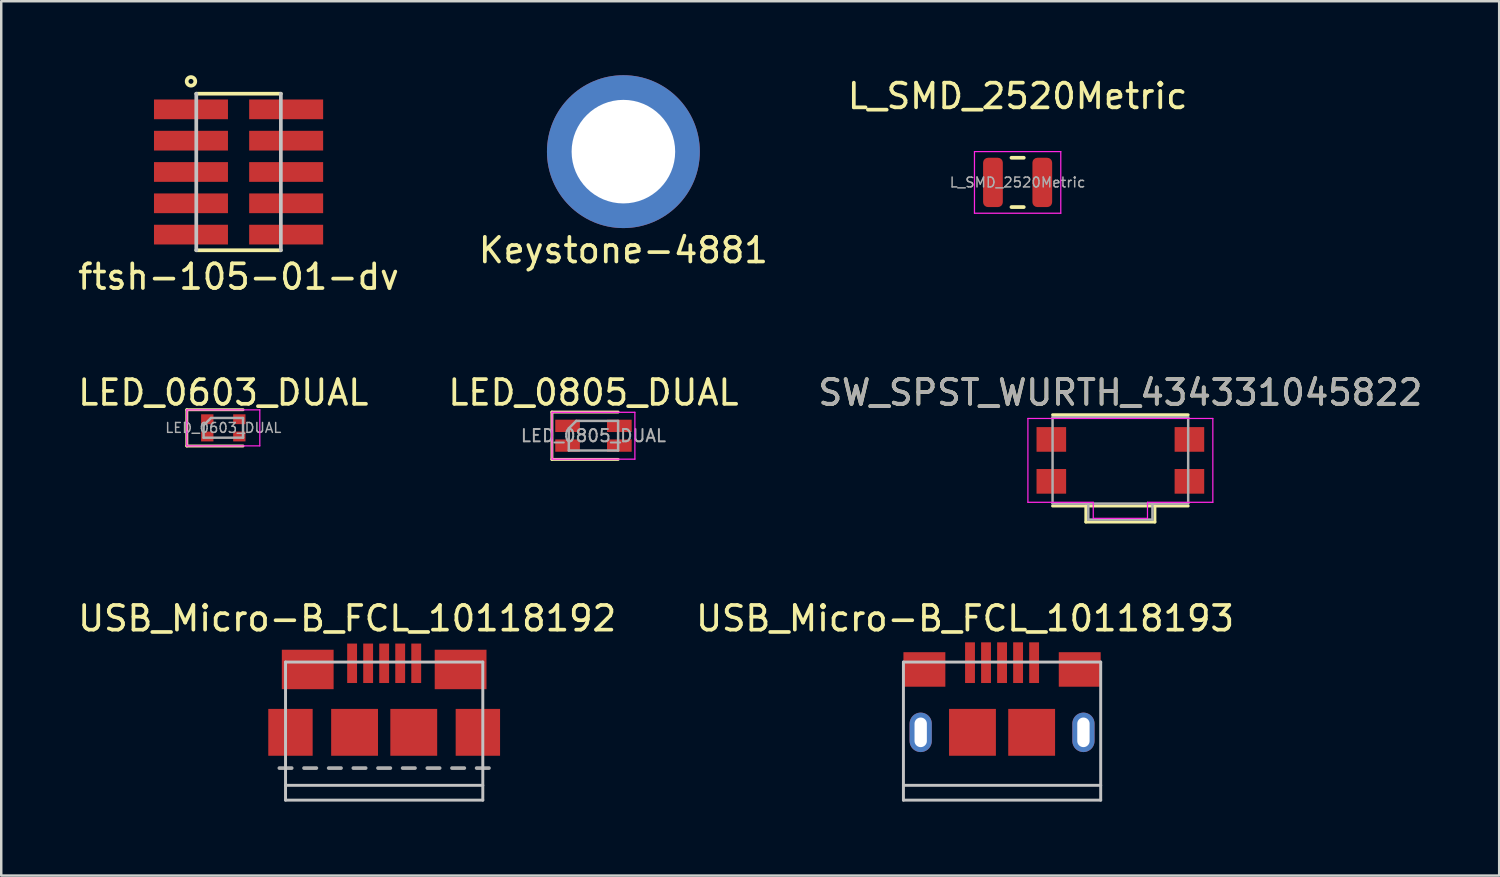
<source format=kicad_pcb>
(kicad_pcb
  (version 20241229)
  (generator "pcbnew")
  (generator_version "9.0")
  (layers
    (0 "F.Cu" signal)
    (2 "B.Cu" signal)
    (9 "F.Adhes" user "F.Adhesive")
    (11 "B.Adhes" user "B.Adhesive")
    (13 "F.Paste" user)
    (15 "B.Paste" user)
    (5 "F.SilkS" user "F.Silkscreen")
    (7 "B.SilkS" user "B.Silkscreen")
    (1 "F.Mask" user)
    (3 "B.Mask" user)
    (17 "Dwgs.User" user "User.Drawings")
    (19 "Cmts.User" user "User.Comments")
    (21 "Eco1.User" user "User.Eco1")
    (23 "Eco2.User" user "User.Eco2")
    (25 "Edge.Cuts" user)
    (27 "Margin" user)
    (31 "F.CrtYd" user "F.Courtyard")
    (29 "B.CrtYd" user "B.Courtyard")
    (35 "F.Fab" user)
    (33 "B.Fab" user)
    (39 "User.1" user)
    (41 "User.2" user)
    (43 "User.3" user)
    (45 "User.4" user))
  (footprint "L_SMD_2520Metric"
    (layer "F.Cu")
    (at 38.22 4.348)
    (property "Reference" "L_SMD_2520Metric" (at 0 -3.5 0) (layer "F.SilkS") (effects (font (size 1 1) (thickness 0.15))))
    (attr smd)
    (fp_line (start -0.25 -1) (end 0.25 -1) (stroke (width 0.15) (type solid)) (layer "F.SilkS"))
    (fp_line (start -0.25 1) (end 0.25 1) (stroke (width 0.15) (type solid)) (layer "F.SilkS"))
    (fp_line (start -1.75 1.25) (end -1.75 -1.25) (stroke (width 0.05) (type solid)) (layer "F.CrtYd"))
    (fp_line (start 1.75 -1.25) (end -1.75 -1.25) (stroke (width 0.05) (type solid)) (layer "F.CrtYd"))
    (fp_line (start 1.75 1.25) (end -1.75 1.25) (stroke (width 0.05) (type solid)) (layer "F.CrtYd"))
    (fp_line (start 1.75 1.25) (end 1.75 -1.25) (stroke (width 0.05) (type solid)) (layer "F.CrtYd"))
    (fp_text user "${REFERENCE}" (at 0 0 0) (layer "F.Fab") (effects (font (size 0.4 0.4) (thickness 0.06))))
    (pad "1" smd roundrect (at -1 0) (size 0.8 2) (layers "F.Cu" "F.Mask" "F.Paste") (roundrect_rratio 0.25))
    (pad "2" smd roundrect (at 1 0) (size 0.8 2) (layers "F.Cu" "F.Mask" "F.Paste") (roundrect_rratio 0.25)))
  (footprint "LED_0805_DUAL"
    (layer "F.Cu")
    (at 21.018 14.621)
    (property "Reference" "LED_0805_DUAL" (at 0 -1.75 0) (layer "F.SilkS") (effects (font (size 1 1) (thickness 0.15))))
    (attr through_hole)
    (fp_line (start -1.685 -0.96) (end -1.685 0.96) (stroke (width 0.12) (type solid)) (layer "F.SilkS"))
    (fp_line (start -1.685 0.96) (end 1 0.96) (stroke (width 0.12) (type solid)) (layer "F.SilkS"))
    (fp_line (start 1 -0.96) (end -1.685 -0.96) (stroke (width 0.12) (type solid)) (layer "F.SilkS"))
    (fp_line (start -1.68 -0.95) (end 1.68 -0.95) (stroke (width 0.05) (type solid)) (layer "F.CrtYd"))
    (fp_line (start -1.68 0.95) (end -1.68 -0.95) (stroke (width 0.05) (type solid)) (layer "F.CrtYd"))
    (fp_line (start 1.68 -0.95) (end 1.68 0.95) (stroke (width 0.05) (type solid)) (layer "F.CrtYd"))
    (fp_line (start 1.68 0.95) (end -1.68 0.95) (stroke (width 0.05) (type solid)) (layer "F.CrtYd"))
    (fp_line (start -1 -0.3) (end -1 0.6) (stroke (width 0.1) (type solid)) (layer "F.Fab"))
    (fp_line (start -1 0.6) (end 1 0.6) (stroke (width 0.1) (type solid)) (layer "F.Fab"))
    (fp_line (start -0.7 -0.6) (end -1 -0.3) (stroke (width 0.1) (type solid)) (layer "F.Fab"))
    (fp_line (start 1 -0.6) (end -0.7 -0.6) (stroke (width 0.1) (type solid)) (layer "F.Fab"))
    (fp_line (start 1 0.6) (end 1 -0.6) (stroke (width 0.1) (type solid)) (layer "F.Fab"))
    (fp_text user "${REFERENCE}" (at 0 0 0) (layer "F.Fab") (effects (font (size 0.5 0.5) (thickness 0.08))))
    (pad "1" smd rect (at -1.05 -0.4) (size 1 0.5) (layers "F.Cu" "F.Mask" "F.Paste"))
    (pad "2" smd rect (at 1.05 -0.4) (size 1 0.5) (layers "F.Cu" "F.Mask" "F.Paste"))
    (pad "3" smd rect (at -1.05 0.4) (size 1 0.5) (layers "F.Cu" "F.Mask" "F.Paste"))
    (pad "4" smd rect (at 1.05 0.4) (size 1 0.5) (layers "F.Cu" "F.Mask" "F.Paste")))
  (footprint "SW_SPST_WURTH_434331045822"
    (layer "F.Cu")
    (at 42.387 15.621)
    (property "Reference" "SW_SPST_WURTH_434331045822" (at 0 -2.75 0) (layer "F.SilkS") (effects (font (size 1 1) (thickness 0.15))))
    (attr smd)
    (fp_line (start -2.75 -1.85) (end 2.75 -1.85) (stroke (width 0.12) (type solid)) (layer "F.SilkS"))
    (fp_line (start -1.4 2.5) (end -1.4 1.85) (stroke (width 0.12) (type solid)) (layer "F.SilkS"))
    (fp_line (start 1.4 1.85) (end 1.4 2.5) (stroke (width 0.12) (type solid)) (layer "F.SilkS"))
    (fp_line (start 1.4 2.5) (end -1.4 2.5) (stroke (width 0.12) (type solid)) (layer "F.SilkS"))
    (fp_line (start 2.75 1.85) (end -2.75 1.85) (stroke (width 0.12) (type solid)) (layer "F.SilkS"))
    (fp_line (start -3.75 -1.7) (end 3.75 -1.7) (stroke (width 0.05) (type solid)) (layer "F.CrtYd"))
    (fp_line (start -3.75 1.7) (end -3.75 -1.7) (stroke (width 0.05) (type solid)) (layer "F.CrtYd"))
    (fp_line (start -1.1 1.7) (end -3.75 1.7) (stroke (width 0.05) (type solid)) (layer "F.CrtYd"))
    (fp_line (start -1.1 2.35) (end -1.1 1.7) (stroke (width 0.05) (type solid)) (layer "F.CrtYd"))
    (fp_line (start 1.1 1.7) (end 1.1 2.35) (stroke (width 0.05) (type solid)) (layer "F.CrtYd"))
    (fp_line (start 1.1 2.35) (end -1.1 2.35) (stroke (width 0.05) (type solid)) (layer "F.CrtYd"))
    (fp_line (start 3.75 -1.7) (end 3.75 1.7) (stroke (width 0.05) (type solid)) (layer "F.CrtYd"))
    (fp_line (start 3.75 1.7) (end 1.1 1.7) (stroke (width 0.05) (type solid)) (layer "F.CrtYd"))
    (fp_line (start -2.75 -1.75) (end 2.75 -1.75) (stroke (width 0.1) (type solid)) (layer "F.Fab"))
    (fp_line (start -2.75 1.75) (end -2.75 -1.75) (stroke (width 0.1) (type solid)) (layer "F.Fab"))
    (fp_line (start -1.3 2.4) (end -1.3 1.75) (stroke (width 0.1) (type solid)) (layer "F.Fab"))
    (fp_line (start -1.3 2.4) (end 1.3 2.4) (stroke (width 0.1) (type solid)) (layer "F.Fab"))
    (fp_line (start 1.3 2.4) (end 1.3 1.75) (stroke (width 0.1) (type solid)) (layer "F.Fab"))
    (fp_line (start 2.75 -1.75) (end 2.75 1.75) (stroke (width 0.1) (type solid)) (layer "F.Fab"))
    (fp_line (start 2.75 1.75) (end -2.75 1.75) (stroke (width 0.1) (type solid)) (layer "F.Fab"))
    (fp_text user "${REFERENCE}" (at 0 -2.75 0) (layer "F.Fab") (effects (font (size 1 1) (thickness 0.15))))
    (pad "1" smd rect (at -2.8 -0.85) (size 1.2 1) (layers "F.Cu" "F.Mask" "F.Paste"))
    (pad "1" smd rect (at 2.8 -0.85) (size 1.2 1) (layers "F.Cu" "F.Mask" "F.Paste"))
    (pad "2" smd rect (at -2.8 0.85) (size 1.2 1) (layers "F.Cu" "F.Mask" "F.Paste"))
    (pad "2" smd rect (at 2.8 0.85) (size 1.2 1) (layers "F.Cu" "F.Mask" "F.Paste")))
  (footprint "Keystone-4881"
    (layer "F.Cu")
    (at 22.232 3.1)
    (property "Reference" "Keystone-4881" (at 0 4 0) (layer "F.SilkS") (effects (font (size 1 1) (thickness 0.15))))
    (attr smd)
    (fp_arc (start -2.511407 -0.672929) (mid -1.838478 -1.838477) (end -0.67293 -2.511407) (stroke (width 1) (type solid)) (layer "F.Paste"))
    (fp_arc (start -0.672929 2.511407) (mid -1.838477 1.838478) (end -2.511407 0.67293) (stroke (width 1) (type solid)) (layer "F.Paste"))
    (fp_arc (start 0.672929 -2.511407) (mid 1.838477 -1.838478) (end 2.511407 -0.67293) (stroke (width 1) (type solid)) (layer "F.Paste"))
    (fp_arc (start 2.511407 0.672929) (mid 1.838478 1.838477) (end 0.67293 2.511407) (stroke (width 1) (type solid)) (layer "F.Paste"))
    (pad "1" thru_hole circle (at 0 0) (size 6.2 6.2) (drill 4.2) (layers "*.Cu" "*.Mask")))
  (footprint "USB_Micro-B_FCL_10118192"
    (layer "F.Cu")
    (at 12.53 26.65)
    (property "Reference" "USB_Micro-B_FCL_10118192" (at -1.5 -4.62 0) (layer "F.SilkS") (effects (font (size 1 1) (thickness 0.15))))
    (attr smd)
    (fp_line (start -4 -2.85) (end -4 2.75) (stroke (width 0.12) (type solid)) (layer "Dwgs.User"))
    (fp_line (start -4 -2.85) (end 4 -2.85) (stroke (width 0.12) (type solid)) (layer "Dwgs.User"))
    (fp_line (start -4 2.75) (end 4 2.75) (stroke (width 0.12) (type solid)) (layer "Dwgs.User"))
    (fp_line (start 4 -2.85) (end 4 2.75) (stroke (width 0.12) (type solid)) (layer "Dwgs.User"))
    (fp_line (start 4 2.15) (end -4 2.15) (stroke (width 0.12) (type solid)) (layer "Dwgs.User"))
    (fp_line (start -3.75 1.45) (end -4.25 1.45) (stroke (width 0.15) (type solid)) (layer "F.Fab"))
    (fp_line (start -2.75 1.45) (end -3.25 1.45) (stroke (width 0.15) (type solid)) (layer "F.Fab"))
    (fp_line (start -1.75 1.45) (end -2.25 1.45) (stroke (width 0.15) (type solid)) (layer "F.Fab"))
    (fp_line (start -0.75 1.45) (end -1.25 1.45) (stroke (width 0.15) (type solid)) (layer "F.Fab"))
    (fp_line (start 0.25 1.45) (end -0.25 1.45) (stroke (width 0.15) (type solid)) (layer "F.Fab"))
    (fp_line (start 1.25 1.45) (end 0.75 1.45) (stroke (width 0.15) (type solid)) (layer "F.Fab"))
    (fp_line (start 2.25 1.45) (end 1.75 1.45) (stroke (width 0.15) (type solid)) (layer "F.Fab"))
    (fp_line (start 3.25 1.45) (end 2.75 1.45) (stroke (width 0.15) (type solid)) (layer "F.Fab"))
    (fp_line (start 4.25 1.45) (end 3.75 1.45) (stroke (width 0.15) (type solid)) (layer "F.Fab"))
    (pad "1" smd rect (at -1.3 -2.8) (size 0.4 1.6) (layers "F.Cu" "F.Mask" "F.Paste"))
    (pad "2" smd rect (at -0.65 -2.8) (size 0.4 1.6) (layers "F.Cu" "F.Mask" "F.Paste"))
    (pad "3" smd rect (at 0 -2.8) (size 0.4 1.6) (layers "F.Cu" "F.Mask" "F.Paste"))
    (pad "4" smd rect (at 0.65 -2.8) (size 0.4 1.6) (layers "F.Cu" "F.Mask" "F.Paste"))
    (pad "5" smd rect (at 1.3 -2.8) (size 0.4 1.6) (layers "F.Cu" "F.Mask" "F.Paste"))
    (pad "6" smd rect (at -3.8 0) (size 1.8 1.9) (layers "F.Cu" "F.Mask" "F.Paste"))
    (pad "6" smd rect (at -3.1 -2.55 180) (size 2.1 1.6) (layers "F.Cu" "F.Mask" "F.Paste"))
    (pad "6" smd rect (at -1.2 0 90) (size 1.9 1.9) (layers "F.Cu" "F.Mask" "F.Paste"))
    (pad "6" smd rect (at 1.2 0 90) (size 1.9 1.9) (layers "F.Cu" "F.Mask" "F.Paste"))
    (pad "6" smd rect (at 3.1 -2.55 180) (size 2.1 1.6) (layers "F.Cu" "F.Mask" "F.Paste"))
    (pad "6" smd rect (at 3.8 0) (size 1.8 1.9) (layers "F.Cu" "F.Mask" "F.Paste")))
  (footprint "LED_0603_DUAL"
    (layer "F.Cu")
    (at 6.006 14.302)
    (property "Reference" "LED_0603_DUAL" (at 0 -1.43 0) (layer "F.SilkS") (effects (font (size 1 1) (thickness 0.15))))
    (attr through_hole)
    (fp_line (start -1.48 -0.735) (end -1.48 0.735) (stroke (width 0.12) (type solid)) (layer "F.SilkS"))
    (fp_line (start -1.48 -0.735) (end 0.8 -0.735) (stroke (width 0.12) (type solid)) (layer "F.SilkS"))
    (fp_line (start -1.48 0.735) (end 0.8 0.735) (stroke (width 0.12) (type solid)) (layer "F.SilkS"))
    (fp_line (start -1.48 -0.73) (end 1.48 -0.73) (stroke (width 0.05) (type solid)) (layer "F.CrtYd"))
    (fp_line (start -1.48 0.73) (end -1.48 -0.73) (stroke (width 0.05) (type solid)) (layer "F.CrtYd"))
    (fp_line (start 1.48 -0.73) (end 1.48 0.73) (stroke (width 0.05) (type solid)) (layer "F.CrtYd"))
    (fp_line (start 1.48 0.73) (end -1.48 0.73) (stroke (width 0.05) (type solid)) (layer "F.CrtYd"))
    (fp_line (start -0.8 -0.1) (end -0.8 0.4) (stroke (width 0.1) (type solid)) (layer "F.Fab"))
    (fp_line (start -0.8 0.4) (end 0.8 0.4) (stroke (width 0.1) (type solid)) (layer "F.Fab"))
    (fp_line (start -0.5 -0.4) (end -0.8 -0.1) (stroke (width 0.1) (type solid)) (layer "F.Fab"))
    (fp_line (start 0.8 -0.4) (end -0.5 -0.4) (stroke (width 0.1) (type solid)) (layer "F.Fab"))
    (fp_line (start 0.8 0.4) (end 0.8 -0.4) (stroke (width 0.1) (type solid)) (layer "F.Fab"))
    (fp_text user "${REFERENCE}" (at 0 0 0) (layer "F.Fab") (effects (font (size 0.4 0.4) (thickness 0.06))))
    (pad "1" smd rect (at -0.65 -0.35) (size 0.5 0.4) (layers "F.Cu" "F.Mask" "F.Paste"))
    (pad "2" smd rect (at 0.65 -0.35) (size 0.5 0.4) (layers "F.Cu" "F.Mask" "F.Paste"))
    (pad "3" smd rect (at -0.65 0.35) (size 0.5 0.4) (layers "F.Cu" "F.Mask" "F.Paste"))
    (pad "4" smd rect (at 0.65 0.35) (size 0.5 0.4) (layers "F.Cu" "F.Mask" "F.Paste")))
  (footprint "USB_Micro-B_FCL_10118193"
    (layer "F.Cu")
    (at 37.589 26.65)
    (property "Reference" "USB_Micro-B_FCL_10118193" (at -1.5 -4.62 0) (layer "F.SilkS") (effects (font (size 1 1) (thickness 0.15))))
    (attr smd)
    (fp_line (start -4 -2.85) (end -4 2.75) (stroke (width 0.12) (type solid)) (layer "Dwgs.User"))
    (fp_line (start -4 -2.85) (end 4 -2.85) (stroke (width 0.12) (type solid)) (layer "Dwgs.User"))
    (fp_line (start -4 2.75) (end 4 2.75) (stroke (width 0.12) (type solid)) (layer "Dwgs.User"))
    (fp_line (start 4 -2.85) (end 4 2.75) (stroke (width 0.12) (type solid)) (layer "Dwgs.User"))
    (fp_line (start 4 2.15) (end -4 2.15) (stroke (width 0.12) (type solid)) (layer "Dwgs.User"))
    (pad "1" smd rect (at -1.3 -2.825 90) (size 1.65 0.4) (layers "F.Cu" "F.Mask" "F.Paste"))
    (pad "2" smd rect (at -0.65 -2.825 90) (size 1.65 0.4) (layers "F.Cu" "F.Mask" "F.Paste"))
    (pad "3" smd rect (at 0 -2.825 90) (size 1.65 0.4) (layers "F.Cu" "F.Mask" "F.Paste"))
    (pad "4" smd rect (at 0.65 -2.825 90) (size 1.65 0.4) (layers "F.Cu" "F.Mask" "F.Paste"))
    (pad "5" smd rect (at 1.3 -2.825 90) (size 1.65 0.4) (layers "F.Cu" "F.Mask" "F.Paste"))
    (pad "6" thru_hole oval (at -3.3 0) (size 0.9 1.6) (drill oval 0.5 1.2) (layers "*.Cu" "*.Mask"))
    (pad "6" smd rect (at -3.15 -2.55 180) (size 1.7 1.4) (layers "F.Cu" "F.Mask" "F.Paste"))
    (pad "6" smd rect (at -1.2 0 90) (size 1.9 1.9) (layers "F.Cu" "F.Mask" "F.Paste"))
    (pad "6" smd rect (at 1.2 0 90) (size 1.9 1.9) (layers "F.Cu" "F.Mask" "F.Paste"))
    (pad "6" smd rect (at 3.15 -2.55 180) (size 1.7 1.4) (layers "F.Cu" "F.Mask" "F.Paste"))
    (pad "6" thru_hole oval (at 3.3 0) (size 0.9 1.6) (drill oval 0.5 1.2) (layers "*.Cu" "*.Mask")))
  (footprint "ftsh-105-01-dv"
    (layer "F.Cu")
    (at 6.625 3.925)
    (property "Reference" "ftsh-105-01-dv" (at 0 4.25 0) (layer "F.SilkS") (effects (font (size 1 1) (thickness 0.15))))
    (attr through_hole)
    (fp_line (start -1.715 -3.175) (end 1.715 -3.175) (stroke (width 0.15) (type solid)) (layer "F.SilkS"))
    (fp_line (start 1.715 3.175) (end -1.715 3.175) (stroke (width 0.15) (type solid)) (layer "F.SilkS"))
    (fp_circle (center -1.93 -3.675) (end -1.93 -3.85) (stroke (width 0.15) (type solid)) (fill no) (layer "F.SilkS"))
    (fp_line (start -1.715 3.175) (end -1.715 -3.175) (stroke (width 0.15) (type solid)) (layer "Dwgs.User"))
    (fp_line (start 1.715 -3.175) (end 1.715 3.175) (stroke (width 0.15) (type solid)) (layer "Dwgs.User"))
    (pad "1" smd rect (at -1.93 -2.54 270) (size 0.8 3) (layers "F.Cu" "F.Mask" "F.Paste"))
    (pad "2" smd rect (at 1.93 -2.54 270) (size 0.8 3) (layers "F.Cu" "F.Mask" "F.Paste"))
    (pad "3" smd rect (at -1.93 -1.27 270) (size 0.8 3) (layers "F.Cu" "F.Mask" "F.Paste"))
    (pad "4" smd rect (at 1.93 -1.27 270) (size 0.8 3) (layers "F.Cu" "F.Mask" "F.Paste"))
    (pad "5" smd rect (at -1.93 0 270) (size 0.8 3) (layers "F.Cu" "F.Mask" "F.Paste"))
    (pad "6" smd rect (at 1.93 0 270) (size 0.8 3) (layers "F.Cu" "F.Mask" "F.Paste"))
    (pad "7" smd rect (at -1.93 1.27 270) (size 0.8 3) (layers "F.Cu" "F.Mask" "F.Paste"))
    (pad "8" smd rect (at 1.93 1.27 270) (size 0.8 3) (layers "F.Cu" "F.Mask" "F.Paste"))
    (pad "9" smd rect (at -1.93 2.54 270) (size 0.8 3) (layers "F.Cu" "F.Mask" "F.Paste"))
    (pad "10" smd rect (at 1.93 2.54 270) (size 0.8 3) (layers "F.Cu" "F.Mask" "F.Paste")))
  (gr_rect
    (start -3 -3)
    (end 57.75 32.46)
    (stroke (width 0.1) (type default))
    (fill no)
    (layer "Edge.Cuts")))
</source>
